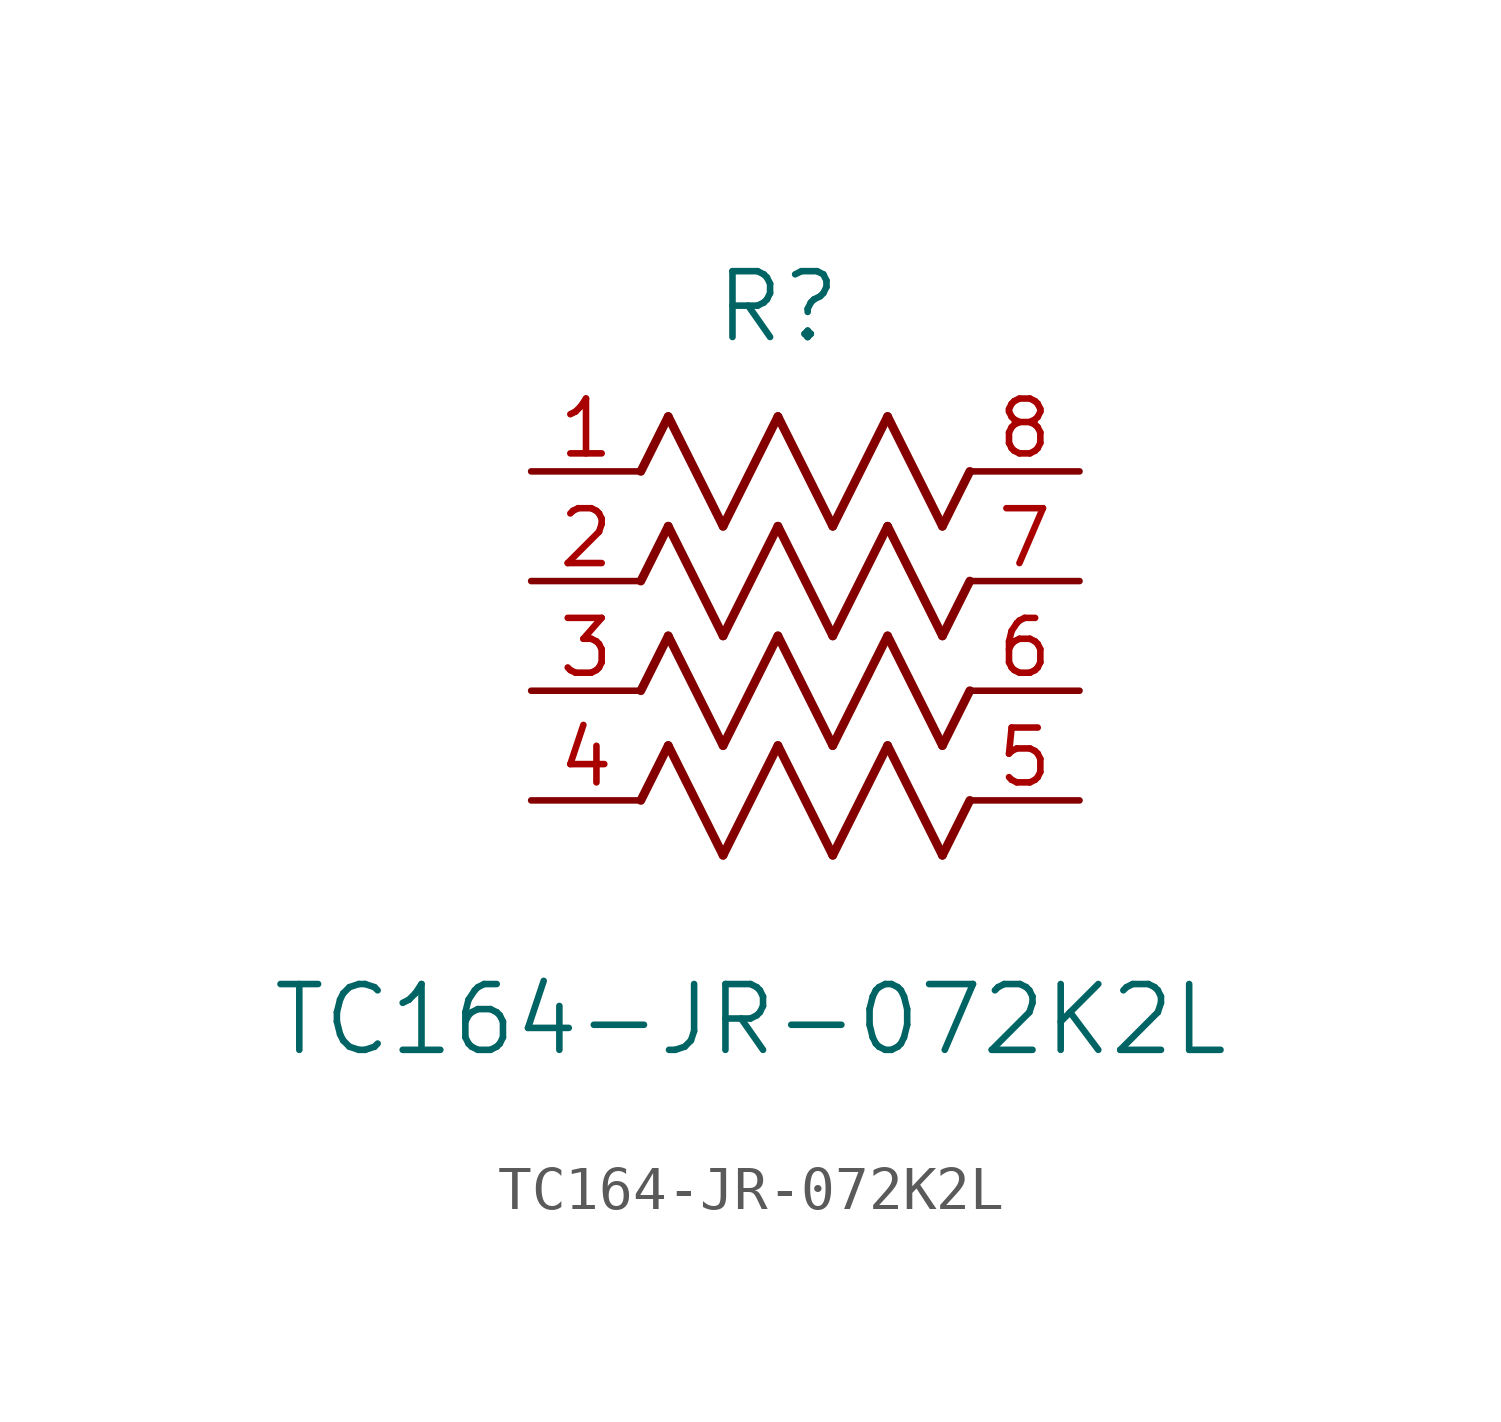
<source format=kicad_sym>
(kicad_symbol_lib
  (version 20211014)
  (generator kicad_symbol_editor)
  (symbol "TC164-JR-072K2L"
    (pin_names
      (offset 0.254))
    (property "Reference" "R"
      (at 5.715 3.81 0)
      (effects (font (size 1.524 1.524))))
    (property "Value" "TC164-JR-072K2L"
      (at 5.08 -12.7 0)
      (effects (font (size 1.524 1.524))))
    (symbol "TC164-JR-072K2L_0_1"
      (polyline (pts (xy 3.175 1.27) (xy 4.445 -1.27)) (stroke (width 0.203) (type default) (color 0 0 0 0)) (fill (type none)))
      (polyline (pts (xy 4.445 -1.27) (xy 5.715 1.27)) (stroke (width 0.203) (type default) (color 0 0 0 0)) (fill (type none)))
      (polyline (pts (xy 5.715 1.27) (xy 6.985 -1.27)) (stroke (width 0.203) (type default) (color 0 0 0 0)) (fill (type none)))
      (polyline (pts (xy 6.985 -1.27) (xy 8.255 1.27)) (stroke (width 0.203) (type default) (color 0 0 0 0)) (fill (type none)))
      (polyline (pts (xy 8.255 1.27) (xy 9.525 -1.27)) (stroke (width 0.203) (type default) (color 0 0 0 0)) (fill (type none)))
      (polyline (pts (xy 2.54 0) (xy 3.175 1.27)) (stroke (width 0.203) (type default) (color 0 0 0 0)) (fill (type none)))
      (polyline (pts (xy 9.525 -1.27) (xy 10.16 0)) (stroke (width 0.203) (type default) (color 0 0 0 0)) (fill (type none)))
      (polyline (pts (xy 3.175 -1.27) (xy 4.445 -3.81)) (stroke (width 0.203) (type default) (color 0 0 0 0)) (fill (type none)))
      (polyline (pts (xy 4.445 -3.81) (xy 5.715 -1.27)) (stroke (width 0.203) (type default) (color 0 0 0 0)) (fill (type none)))
      (polyline (pts (xy 5.715 -1.27) (xy 6.985 -3.81)) (stroke (width 0.203) (type default) (color 0 0 0 0)) (fill (type none)))
      (polyline (pts (xy 6.985 -3.81) (xy 8.255 -1.27)) (stroke (width 0.203) (type default) (color 0 0 0 0)) (fill (type none)))
      (polyline (pts (xy 8.255 -1.27) (xy 9.525 -3.81)) (stroke (width 0.203) (type default) (color 0 0 0 0)) (fill (type none)))
      (polyline (pts (xy 2.54 -2.54) (xy 3.175 -1.27)) (stroke (width 0.203) (type default) (color 0 0 0 0)) (fill (type none)))
      (polyline (pts (xy 9.525 -3.81) (xy 10.16 -2.54)) (stroke (width 0.203) (type default) (color 0 0 0 0)) (fill (type none)))
      (polyline (pts (xy 3.175 -3.81) (xy 4.445 -6.35)) (stroke (width 0.203) (type default) (color 0 0 0 0)) (fill (type none)))
      (polyline (pts (xy 4.445 -6.35) (xy 5.715 -3.81)) (stroke (width 0.203) (type default) (color 0 0 0 0)) (fill (type none)))
      (polyline (pts (xy 5.715 -3.81) (xy 6.985 -6.35)) (stroke (width 0.203) (type default) (color 0 0 0 0)) (fill (type none)))
      (polyline (pts (xy 6.985 -6.35) (xy 8.255 -3.81)) (stroke (width 0.203) (type default) (color 0 0 0 0)) (fill (type none)))
      (polyline (pts (xy 8.255 -3.81) (xy 9.525 -6.35)) (stroke (width 0.203) (type default) (color 0 0 0 0)) (fill (type none)))
      (polyline (pts (xy 2.54 -5.08) (xy 3.175 -3.81)) (stroke (width 0.203) (type default) (color 0 0 0 0)) (fill (type none)))
      (polyline (pts (xy 9.525 -6.35) (xy 10.16 -5.08)) (stroke (width 0.203) (type default) (color 0 0 0 0)) (fill (type none)))
      (polyline (pts (xy 3.175 -6.35) (xy 4.445 -8.89)) (stroke (width 0.203) (type default) (color 0 0 0 0)) (fill (type none)))
      (polyline (pts (xy 4.445 -8.89) (xy 5.715 -6.35)) (stroke (width 0.203) (type default) (color 0 0 0 0)) (fill (type none)))
      (polyline (pts (xy 5.715 -6.35) (xy 6.985 -8.89)) (stroke (width 0.203) (type default) (color 0 0 0 0)) (fill (type none)))
      (polyline (pts (xy 6.985 -8.89) (xy 8.255 -6.35)) (stroke (width 0.203) (type default) (color 0 0 0 0)) (fill (type none)))
      (polyline (pts (xy 8.255 -6.35) (xy 9.525 -8.89)) (stroke (width 0.203) (type default) (color 0 0 0 0)) (fill (type none)))
      (polyline (pts (xy 2.54 -7.62) (xy 3.175 -6.35)) (stroke (width 0.203) (type default) (color 0 0 0 0)) (fill (type none)))
      (polyline (pts (xy 9.525 -8.89) (xy 10.16 -7.62)) (stroke (width 0.203) (type default) (color 0 0 0 0)) (fill (type none)))
      (pin unspecified line (at 0 0 0) (length 2.54) (name "" (effects (font (size 1.27 1.27)))) (number "1" (effects (font (size 1.27 1.27)))))
      (pin unspecified line (at 12.7 0 180) (length 2.54) (name "" (effects (font (size 1.27 1.27)))) (number "8" (effects (font (size 1.27 1.27)))))
      (pin unspecified line (at 0 -2.54 0) (length 2.54) (name "" (effects (font (size 1.27 1.27)))) (number "2" (effects (font (size 1.27 1.27)))))
      (pin unspecified line (at 12.7 -2.54 180) (length 2.54) (name "" (effects (font (size 1.27 1.27)))) (number "7" (effects (font (size 1.27 1.27)))))
      (pin unspecified line (at 0 -5.08 0) (length 2.54) (name "" (effects (font (size 1.27 1.27)))) (number "3" (effects (font (size 1.27 1.27)))))
      (pin unspecified line (at 12.7 -5.08 180) (length 2.54) (name "" (effects (font (size 1.27 1.27)))) (number "6" (effects (font (size 1.27 1.27)))))
      (pin unspecified line (at 0 -7.62 0) (length 2.54) (name "" (effects (font (size 1.27 1.27)))) (number "4" (effects (font (size 1.27 1.27)))))
      (pin unspecified line (at 12.7 -7.62 180) (length 2.54) (name "" (effects (font (size 1.27 1.27)))) (number "5" (effects (font (size 1.27 1.27))))))))
</source>
